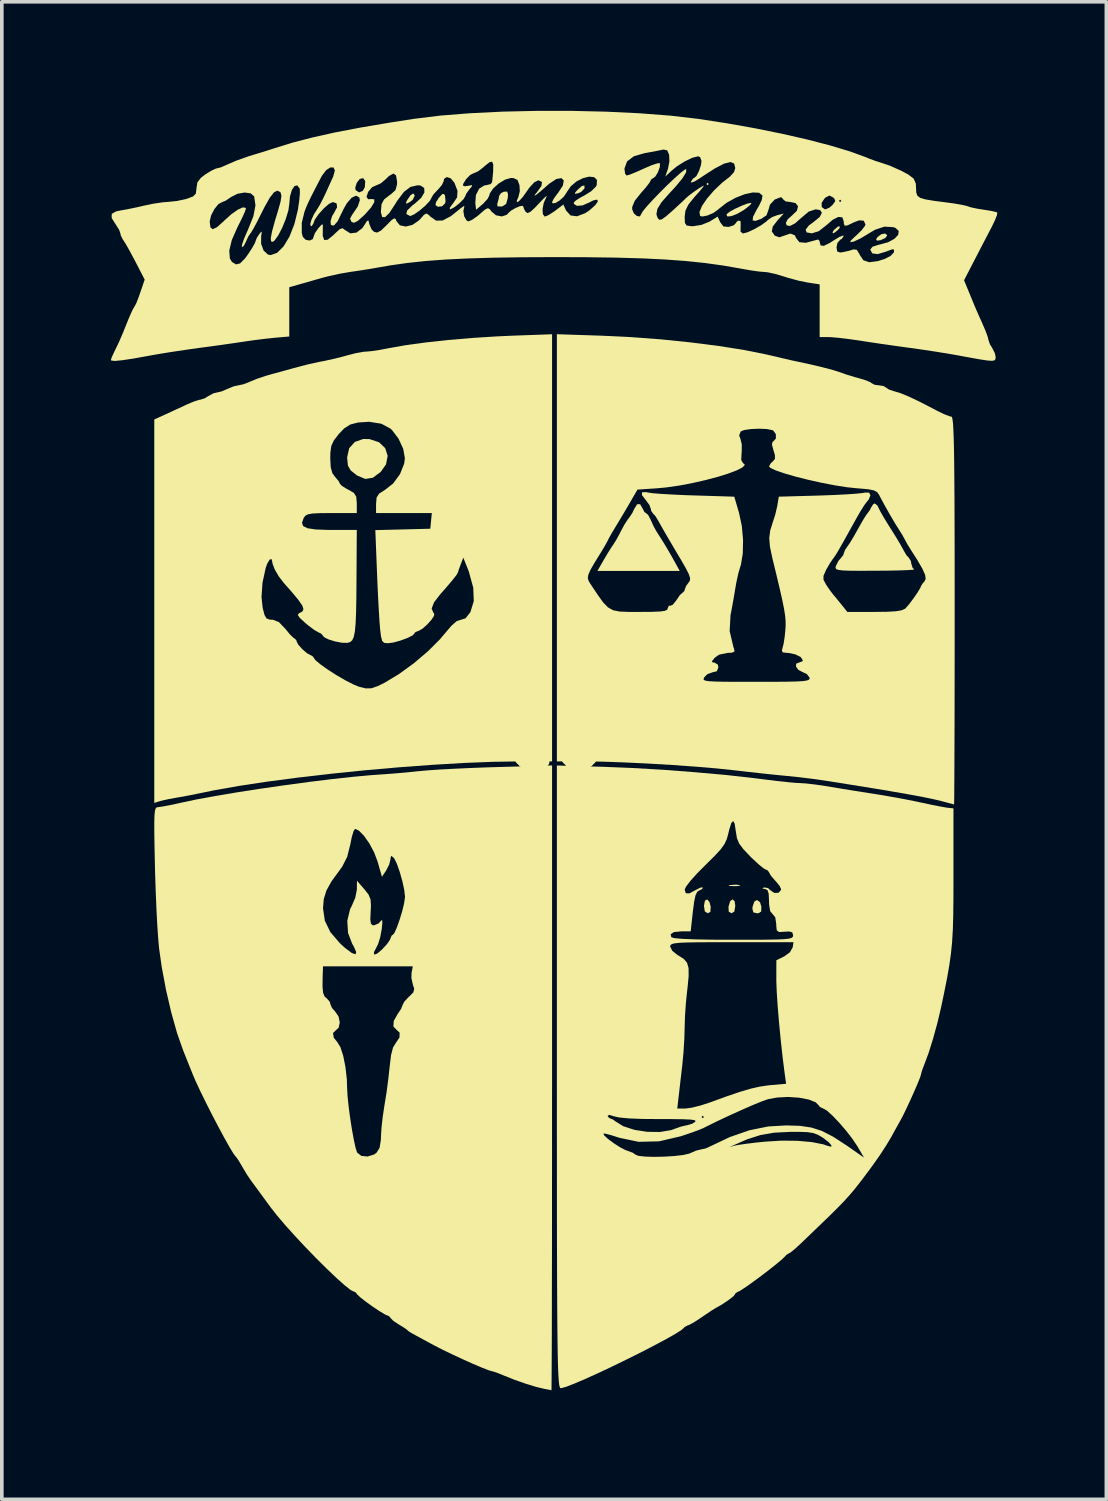
<source format=kicad_pcb>
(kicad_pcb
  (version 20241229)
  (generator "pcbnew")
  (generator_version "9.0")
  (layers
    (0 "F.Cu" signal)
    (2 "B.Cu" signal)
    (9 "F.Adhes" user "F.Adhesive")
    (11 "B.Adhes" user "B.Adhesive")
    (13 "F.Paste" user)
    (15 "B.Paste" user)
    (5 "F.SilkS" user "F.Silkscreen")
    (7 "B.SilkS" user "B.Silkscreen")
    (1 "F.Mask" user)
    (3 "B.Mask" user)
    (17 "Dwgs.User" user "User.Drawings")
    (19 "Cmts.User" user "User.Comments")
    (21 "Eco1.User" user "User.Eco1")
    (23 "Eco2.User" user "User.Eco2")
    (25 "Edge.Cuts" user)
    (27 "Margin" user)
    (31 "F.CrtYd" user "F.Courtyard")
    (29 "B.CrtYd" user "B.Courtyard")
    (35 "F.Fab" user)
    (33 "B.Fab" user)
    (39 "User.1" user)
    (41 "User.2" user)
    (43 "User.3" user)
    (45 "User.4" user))
  (footprint "co"
    (layer "F.Cu")
    (at 12.236 17.298)
    (property "Reference" "co" (at 0 0 0) (layer "F.SilkS") (effects (font (size 1.5 1.5) (thickness 0.3))))
    (attr board_only exclude_from_pos_files exclude_from_bom)
    (fp_poly (pts (xy 4.211 -15.286) (xy 4.178 -15.253) (xy 4.145 -15.286) (xy 4.178 -15.32)) (stroke (width 0) (type solid)) (fill yes) (layer "F.SilkS"))
    (fp_poly (pts (xy 4.232 4.467) (xy 4.265 4.598) (xy 4.256 4.736) (xy 4.182 4.775) (xy 4.102 4.723) (xy 4.079 4.57) (xy 4.106 4.427) (xy 4.168 4.394)) (stroke (width 0) (type solid)) (fill yes) (layer "F.SilkS"))
    (fp_poly (pts (xy 4.923 4.447) (xy 4.941 4.57) (xy 4.915 4.728) (xy 4.837 4.775) (xy 4.761 4.731) (xy 4.754 4.598) (xy 4.799 4.443) (xy 4.866 4.392)) (stroke (width 0) (type solid)) (fill yes) (layer "F.SilkS"))
    (fp_poly (pts (xy 5.058 4) (xy 5.073 4.018) (xy 4.978 4.028) (xy 4.908 4.029) (xy 4.779 4.022) (xy 4.76 4.007) (xy 4.792 3.999) (xy 4.965 3.988)) (stroke (width 0) (type solid)) (fill yes) (layer "F.SilkS"))
    (fp_poly (pts (xy 7.817 -14.089) (xy 7.769 -14.026) (xy 7.669 -13.946) (xy 7.623 -13.927) (xy 7.62 -13.968) (xy 7.66 -14.026) (xy 7.758 -14.11) (xy 7.805 -14.126)) (stroke (width 0) (type solid)) (fill yes) (layer "F.SilkS"))
    (fp_poly (pts (xy -3.88 -14.974) (xy -3.88 -14.961) (xy -3.932 -14.853) (xy -4.017 -14.786) (xy -4.113 -14.744) (xy -4.114 -14.786) (xy -4.083 -14.847) (xy -3.991 -14.98) (xy -3.916 -15.027)) (stroke (width 0) (type solid)) (fill yes) (layer "F.SilkS"))
    (fp_poly (pts (xy 0.795 -15.178) (xy 0.789 -15.16) (xy 0.701 -15.068) (xy 0.619 -15.032) (xy 0.529 -15.014) (xy 0.537 -15.051) (xy 0.601 -15.125) (xy 0.717 -15.228) (xy 0.789 -15.247)) (stroke (width 0) (type solid)) (fill yes) (layer "F.SilkS"))
    (fp_poly (pts (xy 9.118 -13.877) (xy 9.119 -13.868) (xy 9.063 -13.797) (xy 8.936 -13.741) (xy 8.84 -13.728) (xy 8.815 -13.766) (xy 8.854 -13.827) (xy 8.958 -13.905) (xy 9.064 -13.925)) (stroke (width 0) (type solid)) (fill yes) (layer "F.SilkS"))
    (fp_poly (pts (xy -3.068 -15.008) (xy -3.044 -14.962) (xy -3.029 -14.811) (xy -3.041 -14.756) (xy -3.125 -14.673) (xy -3.241 -14.661) (xy -3.306 -14.706) (xy -3.291 -14.788) (xy -3.211 -14.912) (xy -3.118 -15.011)) (stroke (width 0) (type solid)) (fill yes) (layer "F.SilkS"))
    (fp_poly (pts (xy 5.621 4.47) (xy 5.658 4.593) (xy 5.654 4.726) (xy 5.582 4.773) (xy 5.538 4.775) (xy 5.437 4.75) (xy 5.412 4.651) (xy 5.417 4.593) (xy 5.466 4.452) (xy 5.538 4.41)) (stroke (width 0) (type solid)) (fill yes) (layer "F.SilkS"))
    (fp_poly (pts (xy -1.311 -15.009) (xy -1.318 -14.899) (xy -1.362 -14.739) (xy -1.465 -14.672) (xy -1.492 -14.667) (xy -1.6 -14.67) (xy -1.607 -14.739) (xy -1.601 -14.755) (xy -1.563 -14.9) (xy -1.558 -14.953) (xy -1.503 -15.037) (xy -1.427 -15.073) (xy -1.338 -15.079)) (stroke (width 0) (type solid)) (fill yes) (layer "F.SilkS"))
    (fp_poly (pts (xy 5.386 -14.763) (xy 5.355 -14.713) (xy 5.241 -14.619) (xy 5.163 -14.563) (xy 4.987 -14.462) (xy 4.832 -14.403) (xy 4.726 -14.392) (xy 4.699 -14.436) (xy 4.712 -14.463) (xy 4.791 -14.526) (xy 4.941 -14.608) (xy 5.117 -14.688) (xy 5.276 -14.748) (xy 5.375 -14.768)) (stroke (width 0) (type solid)) (fill yes) (layer "F.SilkS"))
    (fp_poly (pts (xy -5.122 -8.269) (xy -4.859 -8.182) (xy -4.689 -8.019) (xy -4.622 -7.808) (xy -4.666 -7.576) (xy -4.813 -7.366) (xy -5.029 -7.206) (xy -5.237 -7.173) (xy -5.458 -7.265) (xy -5.473 -7.275) (xy -5.637 -7.405) (xy -5.714 -7.538) (xy -5.735 -7.734) (xy -5.736 -7.771) (xy -5.68 -8.018) (xy -5.526 -8.19) (xy -5.294 -8.272)) (stroke (width 0) (type solid)) (fill yes) (layer "F.SilkS"))
    (fp_poly (pts (xy 2.387 -6.367) (xy 2.444 -6.259) (xy 2.485 -6.234) (xy 2.546 -6.179) (xy 2.612 -6.052) (xy 2.696 -5.867) (xy 2.768 -5.737) (xy 2.869 -5.578) (xy 2.958 -5.438) (xy 3.053 -5.282) (xy 3.175 -5.071) (xy 3.239 -4.957) (xy 3.413 -4.642) (xy 2.28 -4.642) (xy 1.148 -4.642) (xy 1.329 -4.957) (xy 1.446 -5.154) (xy 1.547 -5.313) (xy 1.588 -5.372) (xy 1.664 -5.492) (xy 1.762 -5.673) (xy 1.794 -5.736) (xy 1.894 -5.922) (xy 1.988 -6.066) (xy 2.012 -6.094) (xy 2.106 -6.232) (xy 2.159 -6.344) (xy 2.239 -6.475) (xy 2.322 -6.48)) (stroke (width 0) (type solid)) (fill yes) (layer "F.SilkS"))
    (fp_poly (pts (xy 8.848 -6.445) (xy 8.879 -6.383) (xy 8.933 -6.275) (xy 9.039 -6.091) (xy 9.178 -5.866) (xy 9.218 -5.803) (xy 9.365 -5.568) (xy 9.489 -5.36) (xy 9.568 -5.217) (xy 9.578 -5.196) (xy 9.656 -5.065) (xy 9.712 -5.01) (xy 9.772 -4.913) (xy 9.782 -4.843) (xy 9.821 -4.723) (xy 9.865 -4.686) (xy 9.83 -4.675) (xy 9.682 -4.665) (xy 9.44 -4.656) (xy 9.124 -4.65) (xy 8.81 -4.648) (xy 8.398 -4.646) (xy 8.1 -4.648) (xy 7.899 -4.655) (xy 7.777 -4.67) (xy 7.717 -4.693) (xy 7.699 -4.728) (xy 7.706 -4.773) (xy 7.78 -4.921) (xy 7.833 -4.98) (xy 7.912 -5.08) (xy 7.925 -5.126) (xy 7.965 -5.229) (xy 8.015 -5.3) (xy 8.092 -5.411) (xy 8.205 -5.598) (xy 8.32 -5.803) (xy 8.435 -6.008) (xy 8.53 -6.163) (xy 8.583 -6.234) (xy 8.645 -6.319) (xy 8.674 -6.383) (xy 8.738 -6.481) (xy 8.777 -6.499)) (stroke (width 0) (type solid)) (fill yes) (layer "F.SilkS"))
    (fp_poly (pts (xy -0.099 -5.278) (xy -0.099 0.597) (xy -0.978 0.597) (xy -1.707 0.608) (xy -2.521 0.64) (xy -3.398 0.692) (xy -4.315 0.76) (xy -5.25 0.842) (xy -6.18 0.937) (xy -7.083 1.042) (xy -7.935 1.154) (xy -8.715 1.272) (xy -9.399 1.393) (xy -9.782 1.472) (xy -10.041 1.525) (xy -10.328 1.578) (xy -10.412 1.592) (xy -10.638 1.633) (xy -10.832 1.676) (xy -10.893 1.693) (xy -11.042 1.74) (xy -11.042 -3.534) (xy -11.042 -3.925) (xy -8.092 -3.925) (xy -8.06 -3.625) (xy -8.01 -3.431) (xy -7.954 -3.335) (xy -7.863 -3.302) (xy -7.777 -3.299) (xy -7.614 -3.235) (xy -7.433 -3.046) (xy -7.43 -3.042) (xy -7.307 -2.892) (xy -7.211 -2.8) (xy -7.183 -2.785) (xy -7.132 -2.734) (xy -7.129 -2.71) (xy -7.082 -2.616) (xy -6.971 -2.49) (xy -6.84 -2.378) (xy -6.737 -2.322) (xy -6.728 -2.321) (xy -6.666 -2.277) (xy -6.665 -2.266) (xy -6.611 -2.189) (xy -6.467 -2.069) (xy -6.262 -1.923) (xy -6.023 -1.771) (xy -5.778 -1.629) (xy -5.556 -1.516) (xy -5.405 -1.455) (xy -5.222 -1.411) (xy -5.069 -1.414) (xy -4.894 -1.474) (xy -4.708 -1.566) (xy -4.314 -1.803) (xy -3.9 -2.104) (xy -3.509 -2.436) (xy -3.181 -2.765) (xy -3.068 -2.899) (xy -2.868 -3.134) (xy -2.719 -3.264) (xy -2.608 -3.298) (xy -2.608 -3.298) (xy -2.479 -3.339) (xy -2.352 -3.501) (xy -2.344 -3.515) (xy -2.253 -3.811) (xy -2.267 -4.18) (xy -2.386 -4.614) (xy -2.417 -4.697) (xy -2.541 -5.007) (xy -2.613 -4.82) (xy -2.665 -4.68) (xy -2.686 -4.606) (xy -2.731 -4.526) (xy -2.863 -4.36) (xy -3.074 -4.114) (xy -3.167 -4.01) (xy -3.346 -3.778) (xy -3.412 -3.607) (xy -3.365 -3.494) (xy -3.343 -3.478) (xy -3.343 -3.414) (xy -3.417 -3.299) (xy -3.533 -3.169) (xy -3.662 -3.055) (xy -3.772 -2.991) (xy -3.797 -2.986) (xy -3.874 -2.948) (xy -3.88 -2.927) (xy -3.937 -2.868) (xy -4.083 -2.795) (xy -4.274 -2.725) (xy -4.468 -2.672) (xy -4.618 -2.653) (xy -4.715 -2.663) (xy -4.772 -2.715) (xy -4.805 -2.841) (xy -4.829 -3.037) (xy -4.845 -3.234) (xy -4.864 -3.531) (xy -4.884 -3.898) (xy -4.903 -4.303) (xy -4.915 -4.594) (xy -4.961 -5.765) (xy -4.205 -5.784) (xy -3.449 -5.803) (xy -3.428 -6.018) (xy -3.407 -6.234) (xy -4.174 -6.234) (xy -4.941 -6.234) (xy -4.941 -6.488) (xy -4.926 -6.661) (xy -4.857 -6.769) (xy -4.699 -6.869) (xy -4.698 -6.869) (xy -4.469 -7.05) (xy -4.281 -7.308) (xy -4.168 -7.592) (xy -4.148 -7.743) (xy -4.194 -8.002) (xy -4.322 -8.279) (xy -4.501 -8.516) (xy -4.545 -8.557) (xy -4.796 -8.692) (xy -5.131 -8.745) (xy -5.437 -8.725) (xy -5.648 -8.671) (xy -5.818 -8.563) (xy -5.967 -8.407) (xy -6.103 -8.231) (xy -6.173 -8.079) (xy -6.198 -7.89) (xy -6.201 -7.747) (xy -6.188 -7.494) (xy -6.142 -7.33) (xy -6.068 -7.229) (xy -5.971 -7.114) (xy -5.936 -7.042) (xy -5.881 -6.982) (xy -5.747 -6.899) (xy -5.703 -6.877) (xy -5.551 -6.789) (xy -5.486 -6.684) (xy -5.471 -6.506) (xy -5.471 -6.5) (xy -5.471 -6.234) (xy -6.165 -6.234) (xy -6.479 -6.232) (xy -6.686 -6.222) (xy -6.813 -6.2) (xy -6.885 -6.162) (xy -6.93 -6.102) (xy -6.933 -6.097) (xy -6.978 -5.968) (xy -6.947 -5.876) (xy -6.826 -5.816) (xy -6.602 -5.783) (xy -6.262 -5.77) (xy -6.16 -5.77) (xy -5.471 -5.77) (xy -5.479 -4.427) (xy -5.483 -3.901) (xy -5.491 -3.493) (xy -5.504 -3.187) (xy -5.525 -2.968) (xy -5.556 -2.821) (xy -5.599 -2.732) (xy -5.656 -2.684) (xy -5.729 -2.664) (xy -5.733 -2.663) (xy -5.883 -2.667) (xy -6.069 -2.703) (xy -6.247 -2.758) (xy -6.37 -2.819) (xy -6.4 -2.858) (xy -6.454 -2.919) (xy -6.516 -2.948) (xy -6.631 -3.012) (xy -6.796 -3.134) (xy -6.893 -3.215) (xy -7.04 -3.351) (xy -7.093 -3.431) (xy -7.064 -3.476) (xy -7.042 -3.486) (xy -6.964 -3.529) (xy -6.938 -3.592) (xy -6.971 -3.69) (xy -7.073 -3.839) (xy -7.25 -4.053) (xy -7.478 -4.311) (xy -7.618 -4.493) (xy -7.73 -4.687) (xy -7.789 -4.843) (xy -7.792 -4.872) (xy -7.814 -4.968) (xy -7.867 -4.955) (xy -7.933 -4.847) (xy -7.977 -4.725) (xy -8.065 -4.319) (xy -8.092 -3.925) (xy -11.042 -3.925) (xy -11.042 -8.809) (xy -10.727 -8.952) (xy -10.476 -9.068) (xy -10.22 -9.186) (xy -10.139 -9.224) (xy -9.954 -9.302) (xy -9.809 -9.348) (xy -9.775 -9.353) (xy -9.652 -9.392) (xy -9.554 -9.453) (xy -9.411 -9.53) (xy -9.322 -9.55) (xy -9.192 -9.58) (xy -9.028 -9.65) (xy -8.858 -9.72) (xy -8.723 -9.749) (xy -8.586 -9.778) (xy -8.412 -9.847) (xy -8.405 -9.851) (xy -8.225 -9.925) (xy -7.981 -10.007) (xy -7.814 -10.055) (xy -7.53 -10.132) (xy -7.235 -10.214) (xy -7.096 -10.252) (xy -6.816 -10.324) (xy -6.513 -10.391) (xy -6.423 -10.408) (xy -6.145 -10.466) (xy -5.842 -10.542) (xy -5.731 -10.573) (xy -5.5 -10.633) (xy -5.294 -10.67) (xy -5.211 -10.676) (xy -5.06 -10.689) (xy -4.83 -10.724) (xy -4.576 -10.773) (xy -4.128 -10.852) (xy -3.578 -10.927) (xy -2.957 -10.995) (xy -2.294 -11.051) (xy -1.622 -11.094) (xy -1.21 -11.113) (xy -0.099 -11.153)) (stroke (width 0) (type solid)) (fill yes) (layer "F.SilkS"))
    (fp_poly (pts (xy -0.099 9.307) (xy -0.1 10.363) (xy -0.1 11.382) (xy -0.101 12.356) (xy -0.101 13.276) (xy -0.102 14.136) (xy -0.104 14.928) (xy -0.105 15.643) (xy -0.106 16.273) (xy -0.108 16.812) (xy -0.11 17.252) (xy -0.112 17.584) (xy -0.114 17.8) (xy -0.116 17.894) (xy -0.116 17.897) (xy -0.186 17.881) (xy -0.298 17.861) (xy -0.524 17.808) (xy -0.82 17.718) (xy -1.136 17.607) (xy -1.409 17.498) (xy -1.588 17.425) (xy -1.717 17.381) (xy -1.745 17.375) (xy -1.84 17.348) (xy -2.027 17.275) (xy -2.277 17.169) (xy -2.563 17.041) (xy -2.857 16.904) (xy -3.131 16.771) (xy -3.349 16.659) (xy -3.643 16.5) (xy -3.841 16.392) (xy -3.964 16.324) (xy -4.032 16.283) (xy -4.065 16.257) (xy -4.079 16.243) (xy -4.153 16.187) (xy -4.295 16.099) (xy -4.327 16.08) (xy -4.467 15.986) (xy -4.54 15.912) (xy -4.543 15.902) (xy -4.593 15.851) (xy -4.604 15.85) (xy -4.69 15.814) (xy -4.843 15.723) (xy -5.03 15.598) (xy -5.217 15.464) (xy -5.372 15.343) (xy -5.461 15.26) (xy -5.471 15.241) (xy -5.523 15.189) (xy -5.544 15.187) (xy -5.638 15.14) (xy -5.804 15.009) (xy -6.027 14.811) (xy -6.291 14.56) (xy -6.579 14.274) (xy -6.877 13.967) (xy -7.168 13.656) (xy -7.438 13.356) (xy -7.67 13.083) (xy -7.84 12.866) (xy -8.026 12.612) (xy -8.195 12.381) (xy -8.324 12.205) (xy -8.376 12.136) (xy -8.493 11.963) (xy -8.615 11.759) (xy -8.627 11.738) (xy -8.718 11.583) (xy -8.787 11.484) (xy -8.798 11.473) (xy -8.863 11.388) (xy -8.973 11.207) (xy -9.116 10.952) (xy -9.28 10.647) (xy -9.454 10.315) (xy -9.624 9.978) (xy -9.779 9.661) (xy -9.907 9.387) (xy -9.979 9.218) (xy -10.086 8.952) (xy -10.195 8.68) (xy -10.245 8.555) (xy -10.414 8.075) (xy -10.575 7.503) (xy -10.72 6.88) (xy -10.736 6.793) (xy -6.414 6.793) (xy -6.397 6.967) (xy -6.354 7.068) (xy -6.298 7.114) (xy -6.212 7.214) (xy -6.201 7.266) (xy -6.154 7.379) (xy -6.068 7.476) (xy -5.973 7.614) (xy -5.939 7.78) (xy -5.969 7.922) (xy -6.035 7.982) (xy -6.125 8.069) (xy -6.104 8.199) (xy -6.008 8.318) (xy -5.921 8.459) (xy -5.844 8.699) (xy -5.783 9.004) (xy -5.745 9.341) (xy -5.737 9.581) (xy -5.726 9.794) (xy -5.697 10.078) (xy -5.655 10.398) (xy -5.605 10.719) (xy -5.552 11.009) (xy -5.503 11.234) (xy -5.462 11.357) (xy -5.347 11.449) (xy -5.174 11.467) (xy -4.995 11.411) (xy -4.929 11.363) (xy -4.844 11.228) (xy -4.808 11.006) (xy -4.806 10.916) (xy -4.792 10.68) (xy -4.758 10.377) (xy -4.712 10.07) (xy -4.708 10.047) (xy -4.652 9.7) (xy -4.601 9.312) (xy -4.567 8.992) (xy -4.528 8.675) (xy -4.474 8.466) (xy -4.4 8.346) (xy -4.296 8.191) (xy -4.293 8.058) (xy -4.377 7.982) (xy -4.464 7.89) (xy -4.454 7.737) (xy -4.348 7.548) (xy -4.344 7.542) (xy -4.251 7.403) (xy -4.211 7.3) (xy -4.211 7.298) (xy -4.165 7.208) (xy -4.052 7.085) (xy -4.031 7.068) (xy -3.915 6.95) (xy -3.891 6.851) (xy -3.925 6.751) (xy -3.969 6.559) (xy -3.964 6.412) (xy -3.93 6.234) (xy -5.165 6.234) (xy -6.4 6.234) (xy -6.41 6.516) (xy -6.414 6.793) (xy -10.736 6.793) (xy -10.838 6.246) (xy -10.91 5.737) (xy -10.934 5.474) (xy -10.959 5.109) (xy -10.982 4.67) (xy -10.983 4.636) (xy -6.4 4.636) (xy -6.4 4.637) (xy -6.351 4.977) (xy -6.198 5.293) (xy -5.93 5.606) (xy -5.793 5.73) (xy -5.609 5.868) (xy -5.506 5.904) (xy -5.487 5.842) (xy -5.557 5.683) (xy -5.598 5.613) (xy -5.712 5.316) (xy -5.732 4.982) (xy -5.657 4.666) (xy -5.604 4.561) (xy -5.513 4.348) (xy -5.469 4.126) (xy -5.469 4.112) (xy -5.466 3.88) (xy -5.265 4.112) (xy -5.149 4.259) (xy -5.093 4.391) (xy -5.081 4.563) (xy -5.089 4.725) (xy -5.099 4.942) (xy -5.084 5.058) (xy -5.04 5.102) (xy -4.998 5.107) (xy -4.87 5.054) (xy -4.813 4.99) (xy -4.776 4.955) (xy -4.768 5.029) (xy -4.784 5.206) (xy -4.826 5.433) (xy -4.886 5.625) (xy -4.916 5.684) (xy -4.999 5.847) (xy -4.993 5.915) (xy -4.907 5.882) (xy -4.775 5.77) (xy -4.639 5.621) (xy -4.555 5.498) (xy -4.543 5.458) (xy -4.506 5.379) (xy -4.483 5.372) (xy -4.434 5.313) (xy -4.367 5.161) (xy -4.293 4.952) (xy -4.223 4.722) (xy -4.17 4.506) (xy -4.146 4.341) (xy -4.145 4.32) (xy -4.165 4.136) (xy -4.217 3.894) (xy -4.289 3.64) (xy -4.367 3.417) (xy -4.438 3.271) (xy -4.453 3.252) (xy -4.523 3.194) (xy -4.543 3.253) (xy -4.543 3.285) (xy -4.579 3.432) (xy -4.661 3.594) (xy -4.779 3.772) (xy -4.901 3.346) (xy -4.996 3.096) (xy -5.128 2.851) (xy -5.275 2.642) (xy -5.416 2.5) (xy -5.52 2.454) (xy -5.559 2.514) (xy -5.607 2.671) (xy -5.65 2.883) (xy -5.734 3.22) (xy -5.87 3.489) (xy -5.946 3.595) (xy -6.168 3.899) (xy -6.307 4.15) (xy -6.379 4.384) (xy -6.4 4.636) (xy -10.983 4.636) (xy -11.002 4.187) (xy -11.019 3.688) (xy -11.024 3.465) (xy -11.035 2.961) (xy -11.041 2.575) (xy -11.042 2.29) (xy -11.037 2.092) (xy -11.025 1.965) (xy -11.006 1.894) (xy -10.978 1.863) (xy -10.947 1.857) (xy -10.832 1.842) (xy -10.627 1.804) (xy -10.37 1.749) (xy -10.291 1.731) (xy -9.88 1.644) (xy -9.363 1.549) (xy -8.769 1.449) (xy -8.124 1.349) (xy -7.456 1.253) (xy -6.792 1.163) (xy -6.158 1.085) (xy -5.583 1.022) (xy -5.093 0.977) (xy -4.908 0.964) (xy -4.543 0.938) (xy -4.139 0.904) (xy -3.778 0.867) (xy -3.747 0.864) (xy -3.512 0.843) (xy -3.173 0.82) (xy -2.759 0.798) (xy -2.298 0.777) (xy -1.818 0.759) (xy -1.641 0.754) (xy -0.099 0.708)) (stroke (width 0) (type solid)) (fill yes) (layer "F.SilkS"))
    (fp_poly (pts (xy 1.277 -11.113) (xy 2.078 -11.074) (xy 2.9 -11.012) (xy 3.712 -10.929) (xy 4.487 -10.83) (xy 5.194 -10.718) (xy 5.805 -10.595) (xy 5.936 -10.565) (xy 6.208 -10.5) (xy 6.472 -10.439) (xy 6.632 -10.405) (xy 7.008 -10.324) (xy 7.356 -10.241) (xy 7.644 -10.164) (xy 7.839 -10.102) (xy 7.859 -10.094) (xy 8.024 -10.036) (xy 8.248 -9.969) (xy 8.341 -9.944) (xy 8.532 -9.886) (xy 8.663 -9.83) (xy 8.693 -9.806) (xy 8.78 -9.761) (xy 8.887 -9.749) (xy 9.024 -9.727) (xy 9.081 -9.69) (xy 9.167 -9.633) (xy 9.301 -9.588) (xy 9.482 -9.534) (xy 9.709 -9.441) (xy 10.004 -9.301) (xy 10.387 -9.104) (xy 10.502 -9.043) (xy 10.691 -8.952) (xy 10.84 -8.896) (xy 10.886 -8.887) (xy 10.903 -8.869) (xy 10.917 -8.809) (xy 10.93 -8.7) (xy 10.94 -8.534) (xy 10.949 -8.303) (xy 10.957 -7.999) (xy 10.963 -7.615) (xy 10.967 -7.142) (xy 10.971 -6.573) (xy 10.973 -5.9) (xy 10.975 -5.115) (xy 10.976 -4.21) (xy 10.976 -3.548) (xy 10.976 -2.72) (xy 10.975 -1.931) (xy 10.974 -1.191) (xy 10.973 -0.511) (xy 10.971 0.1) (xy 10.969 0.632) (xy 10.967 1.075) (xy 10.965 1.419) (xy 10.963 1.654) (xy 10.96 1.771) (xy 10.959 1.783) (xy 10.891 1.763) (xy 10.735 1.722) (xy 10.611 1.689) (xy 10.402 1.639) (xy 10.127 1.582) (xy 9.776 1.516) (xy 9.338 1.439) (xy 8.802 1.349) (xy 8.157 1.245) (xy 7.395 1.124) (xy 7.072 1.078) (xy 6.696 1.032) (xy 6.346 0.996) (xy 6.333 0.995) (xy 6.037 0.966) (xy 5.66 0.926) (xy 5.253 0.881) (xy 4.908 0.841) (xy 4.423 0.79) (xy 3.842 0.741) (xy 3.204 0.696) (xy 2.544 0.657) (xy 1.9 0.626) (xy 1.309 0.605) (xy 0.807 0.596) (xy 0.746 0.596) (xy 0.033 0.597) (xy 0.033 -4.441) (xy 0.884 -4.441) (xy 0.909 -4.362) (xy 0.951 -4.294) (xy 1.153 -3.99) (xy 1.306 -3.777) (xy 1.439 -3.64) (xy 1.579 -3.561) (xy 1.757 -3.525) (xy 1.999 -3.515) (xy 2.318 -3.515) (xy 2.652 -3.517) (xy 2.875 -3.527) (xy 3.006 -3.545) (xy 3.069 -3.577) (xy 3.084 -3.618) (xy 3.114 -3.688) (xy 3.146 -3.683) (xy 3.216 -3.708) (xy 3.309 -3.819) (xy 3.326 -3.845) (xy 3.418 -3.979) (xy 3.489 -4.044) (xy 3.496 -4.045) (xy 3.545 -4.098) (xy 3.548 -4.123) (xy 3.589 -4.23) (xy 3.652 -4.316) (xy 3.691 -4.373) (xy 3.698 -4.443) (xy 3.665 -4.549) (xy 3.583 -4.711) (xy 3.445 -4.953) (xy 3.337 -5.133) (xy 3.166 -5.423) (xy 3.011 -5.687) (xy 2.892 -5.896) (xy 2.825 -6.018) (xy 2.742 -6.154) (xy 2.676 -6.223) (xy 2.625 -6.299) (xy 2.62 -6.342) (xy 2.577 -6.458) (xy 2.487 -6.581) (xy 2.375 -6.727) (xy 2.374 -6.804) (xy 2.485 -6.811) (xy 2.537 -6.799) (xy 2.663 -6.781) (xy 2.896 -6.762) (xy 3.207 -6.744) (xy 3.57 -6.727) (xy 3.816 -6.719) (xy 4.913 -6.685) (xy 5.043 -6.244) (xy 5.12 -5.883) (xy 5.155 -5.493) (xy 5.147 -5.12) (xy 5.096 -4.812) (xy 5.073 -4.742) (xy 5.025 -4.577) (xy 4.973 -4.34) (xy 4.94 -4.153) (xy 4.892 -3.867) (xy 4.839 -3.575) (xy 4.81 -3.426) (xy 4.786 -2.988) (xy 4.89 -2.546) (xy 4.907 -2.504) (xy 4.919 -2.425) (xy 4.846 -2.393) (xy 4.726 -2.387) (xy 4.494 -2.339) (xy 4.377 -2.255) (xy 4.3 -2.159) (xy 4.314 -2.126) (xy 4.367 -2.122) (xy 4.459 -2.067) (xy 4.477 -1.99) (xy 4.433 -1.882) (xy 4.327 -1.857) (xy 4.174 -1.804) (xy 4.094 -1.724) (xy 4.071 -1.682) (xy 4.072 -1.649) (xy 4.112 -1.626) (xy 4.206 -1.61) (xy 4.37 -1.6) (xy 4.619 -1.594) (xy 4.968 -1.592) (xy 5.433 -1.592) (xy 5.509 -1.592) (xy 5.993 -1.592) (xy 6.36 -1.595) (xy 6.625 -1.601) (xy 6.805 -1.612) (xy 6.915 -1.629) (xy 6.97 -1.652) (xy 6.986 -1.684) (xy 6.985 -1.705) (xy 6.91 -1.805) (xy 6.798 -1.857) (xy 6.678 -1.919) (xy 6.612 -2.01) (xy 6.616 -2.091) (xy 6.693 -2.122) (xy 6.785 -2.155) (xy 6.798 -2.186) (xy 6.739 -2.274) (xy 6.594 -2.347) (xy 6.408 -2.386) (xy 6.364 -2.387) (xy 6.241 -2.403) (xy 6.223 -2.467) (xy 6.236 -2.504) (xy 6.269 -2.632) (xy 6.301 -2.839) (xy 6.317 -3.001) (xy 6.326 -3.133) (xy 6.325 -3.264) (xy 6.312 -3.412) (xy 6.283 -3.597) (xy 6.235 -3.836) (xy 6.164 -4.151) (xy 6.067 -4.558) (xy 5.962 -4.989) (xy 5.895 -5.307) (xy 5.875 -5.547) (xy 5.902 -5.757) (xy 5.963 -5.951) (xy 6.039 -6.187) (xy 6.095 -6.426) (xy 6.098 -6.443) (xy 6.138 -6.685) (xy 7.247 -6.716) (xy 7.628 -6.73) (xy 7.971 -6.747) (xy 8.25 -6.766) (xy 8.44 -6.785) (xy 8.505 -6.797) (xy 8.622 -6.798) (xy 8.659 -6.721) (xy 8.607 -6.599) (xy 8.567 -6.554) (xy 8.49 -6.451) (xy 8.378 -6.273) (xy 8.279 -6.101) (xy 8.072 -5.728) (xy 7.919 -5.453) (xy 7.809 -5.26) (xy 7.733 -5.13) (xy 7.68 -5.046) (xy 7.64 -4.991) (xy 7.626 -4.974) (xy 7.54 -4.847) (xy 7.441 -4.674) (xy 7.434 -4.659) (xy 7.367 -4.506) (xy 7.368 -4.398) (xy 7.438 -4.267) (xy 7.442 -4.261) (xy 7.545 -4.109) (xy 7.626 -4.003) (xy 7.71 -3.903) (xy 7.831 -3.754) (xy 7.858 -3.721) (xy 8.023 -3.515) (xy 8.775 -3.515) (xy 9.123 -3.519) (xy 9.363 -3.533) (xy 9.517 -3.559) (xy 9.609 -3.601) (xy 9.63 -3.619) (xy 9.727 -3.732) (xy 9.845 -3.89) (xy 9.956 -4.051) (xy 10.031 -4.176) (xy 10.047 -4.219) (xy 10.088 -4.289) (xy 10.142 -4.349) (xy 10.178 -4.421) (xy 10.164 -4.532) (xy 10.091 -4.698) (xy 9.952 -4.938) (xy 9.766 -5.229) (xy 9.669 -5.386) (xy 9.606 -5.504) (xy 9.537 -5.631) (xy 9.449 -5.77) (xy 9.342 -5.94) (xy 9.202 -6.178) (xy 9.056 -6.436) (xy 8.933 -6.664) (xy 8.895 -6.739) (xy 8.842 -6.812) (xy 8.75 -6.859) (xy 8.589 -6.89) (xy 8.328 -6.913) (xy 8.292 -6.915) (xy 8.007 -6.945) (xy 7.672 -6.998) (xy 7.31 -7.068) (xy 6.944 -7.15) (xy 6.598 -7.237) (xy 6.294 -7.325) (xy 6.057 -7.406) (xy 5.908 -7.476) (xy 5.869 -7.518) (xy 5.917 -7.604) (xy 5.971 -7.653) (xy 6.033 -7.725) (xy 6.03 -7.834) (xy 5.993 -7.955) (xy 5.949 -8.119) (xy 5.967 -8.196) (xy 5.991 -8.209) (xy 6.059 -8.287) (xy 6.056 -8.407) (xy 5.985 -8.504) (xy 5.963 -8.515) (xy 5.808 -8.546) (xy 5.594 -8.555) (xy 5.37 -8.545) (xy 5.184 -8.518) (xy 5.09 -8.479) (xy 5.048 -8.371) (xy 5.084 -8.271) (xy 5.12 -8.119) (xy 5.118 -7.919) (xy 5.114 -7.889) (xy 5.104 -7.693) (xy 5.152 -7.612) (xy 5.205 -7.562) (xy 5.145 -7.494) (xy 4.99 -7.413) (xy 4.757 -7.324) (xy 4.464 -7.232) (xy 4.13 -7.143) (xy 3.77 -7.061) (xy 3.403 -6.991) (xy 3.047 -6.94) (xy 2.783 -6.915) (xy 2.25 -6.88) (xy 2.035 -6.507) (xy 1.889 -6.258) (xy 1.74 -6.009) (xy 1.655 -5.869) (xy 1.546 -5.688) (xy 1.464 -5.543) (xy 1.446 -5.504) (xy 1.385 -5.388) (xy 1.285 -5.217) (xy 1.245 -5.152) (xy 1.069 -4.867) (xy 0.955 -4.669) (xy 0.897 -4.535) (xy 0.884 -4.441) (xy 0.033 -4.441) (xy 0.033 -5.278) (xy 0.033 -11.154)) (stroke (width 0) (type solid)) (fill yes) (layer "F.SilkS"))
    (fp_poly (pts (xy 1.31 0.746) (xy 2.099 0.778) (xy 2.955 0.828) (xy 3.833 0.895) (xy 4.687 0.972) (xy 5.472 1.059) (xy 5.771 1.097) (xy 6.093 1.137) (xy 6.388 1.169) (xy 6.62 1.189) (xy 6.727 1.194) (xy 6.897 1.205) (xy 7.151 1.235) (xy 7.441 1.278) (xy 7.521 1.291) (xy 7.85 1.346) (xy 8.244 1.41) (xy 8.637 1.472) (xy 8.787 1.495) (xy 9.159 1.557) (xy 9.558 1.629) (xy 9.921 1.701) (xy 10.047 1.728) (xy 10.326 1.788) (xy 10.572 1.837) (xy 10.744 1.867) (xy 10.777 1.872) (xy 10.943 1.89) (xy 10.943 3.747) (xy 10.942 4.332) (xy 10.937 4.812) (xy 10.926 5.212) (xy 10.906 5.559) (xy 10.874 5.881) (xy 10.829 6.203) (xy 10.768 6.552) (xy 10.688 6.955) (xy 10.603 7.361) (xy 10.502 7.788) (xy 10.382 8.225) (xy 10.257 8.624) (xy 10.139 8.939) (xy 10.078 9.101) (xy 10.048 9.21) (xy 10.047 9.218) (xy 10.021 9.301) (xy 9.952 9.471) (xy 9.855 9.696) (xy 9.744 9.942) (xy 9.635 10.176) (xy 9.541 10.367) (xy 9.499 10.445) (xy 9.427 10.575) (xy 9.318 10.771) (xy 9.229 10.934) (xy 9.093 11.161) (xy 8.911 11.44) (xy 8.717 11.715) (xy 8.682 11.763) (xy 8.501 12.006) (xy 8.35 12.205) (xy 8.215 12.375) (xy 8.08 12.534) (xy 7.931 12.698) (xy 7.752 12.882) (xy 7.529 13.103) (xy 7.245 13.377) (xy 6.888 13.721) (xy 6.725 13.877) (xy 6.574 14.015) (xy 6.461 14.106) (xy 6.424 14.126) (xy 6.35 14.17) (xy 6.308 14.215) (xy 6.214 14.306) (xy 6.048 14.444) (xy 5.836 14.611) (xy 5.605 14.787) (xy 5.381 14.951) (xy 5.189 15.085) (xy 5.057 15.169) (xy 5.014 15.187) (xy 4.944 15.229) (xy 4.941 15.247) (xy 4.889 15.312) (xy 4.755 15.416) (xy 4.576 15.536) (xy 4.386 15.644) (xy 4.376 15.65) (xy 4.287 15.705) (xy 4.13 15.81) (xy 3.999 15.9) (xy 3.819 16.018) (xy 3.679 16.096) (xy 3.625 16.115) (xy 3.542 16.161) (xy 3.537 16.171) (xy 3.463 16.237) (xy 3.287 16.349) (xy 3.029 16.495) (xy 2.707 16.667) (xy 2.341 16.856) (xy 1.949 17.051) (xy 1.552 17.244) (xy 1.169 17.425) (xy 0.818 17.584) (xy 0.518 17.712) (xy 0.29 17.801) (xy 0.152 17.839) (xy 0.139 17.84) (xy 0.124 17.831) (xy 0.11 17.802) (xy 0.097 17.745) (xy 0.087 17.654) (xy 0.077 17.523) (xy 0.068 17.343) (xy 0.061 17.11) (xy 0.055 16.816) (xy 0.05 16.454) (xy 0.045 16.019) (xy 0.042 15.503) (xy 0.039 14.9) (xy 0.037 14.203) (xy 0.035 13.405) (xy 0.034 12.5) (xy 0.034 11.482) (xy 0.033 10.835) (xy 1.312 10.835) (xy 1.338 10.89) (xy 1.445 10.987) (xy 1.6 11.102) (xy 1.769 11.211) (xy 1.919 11.289) (xy 1.978 11.31) (xy 2.122 11.363) (xy 2.193 11.414) (xy 2.279 11.449) (xy 2.464 11.469) (xy 2.712 11.476) (xy 2.991 11.47) (xy 3.267 11.453) (xy 3.505 11.425) (xy 3.673 11.387) (xy 3.705 11.373) (xy 3.866 11.303) (xy 3.988 11.274) (xy 4.124 11.245) (xy 4.196 11.214) (xy 4.199 11.212) (xy 4.775 11.212) (xy 4.908 11.17) (xy 5.027 11.147) (xy 5.244 11.116) (xy 5.524 11.082) (xy 5.746 11.059) (xy 6.203 11.03) (xy 6.647 11.034) (xy 7.043 11.069) (xy 7.359 11.131) (xy 7.477 11.172) (xy 7.578 11.198) (xy 7.587 11.16) (xy 7.514 11.076) (xy 7.372 10.964) (xy 7.344 10.945) (xy 7.215 10.869) (xy 7.086 10.821) (xy 6.922 10.796) (xy 6.687 10.788) (xy 6.447 10.789) (xy 6.01 10.811) (xy 5.633 10.876) (xy 5.258 10.997) (xy 4.908 11.15) (xy 4.775 11.212) (xy 4.199 11.212) (xy 4.787 10.933) (xy 5.327 10.745) (xy 5.847 10.64) (xy 6.342 10.611) (xy 6.722 10.623) (xy 7.038 10.67) (xy 7.327 10.764) (xy 7.628 10.919) (xy 7.982 11.148) (xy 8.051 11.195) (xy 8.482 11.497) (xy 8.299 11.184) (xy 8.164 10.982) (xy 7.991 10.758) (xy 7.801 10.537) (xy 7.618 10.345) (xy 7.464 10.206) (xy 7.364 10.147) (xy 7.357 10.147) (xy 7.262 10.099) (xy 7.249 10.073) (xy 7.152 9.974) (xy 6.956 9.898) (xy 6.692 9.848) (xy 6.392 9.828) (xy 6.088 9.844) (xy 5.844 9.889) (xy 5.683 9.945) (xy 5.433 10.047) (xy 5.123 10.182) (xy 4.783 10.336) (xy 4.441 10.497) (xy 4.128 10.651) (xy 4.062 10.685) (xy 3.945 10.734) (xy 3.742 10.808) (xy 3.492 10.893) (xy 3.44 10.91) (xy 2.843 11.049) (xy 2.28 11.062) (xy 1.745 10.95) (xy 1.724 10.942) (xy 1.518 10.877) (xy 1.368 10.838) (xy 1.312 10.835) (xy 0.033 10.835) (xy 0.033 10.347) (xy 1.426 10.347) (xy 1.474 10.41) (xy 1.487 10.412) (xy 1.584 10.453) (xy 1.637 10.495) (xy 1.859 10.633) (xy 2.167 10.733) (xy 2.517 10.787) (xy 2.868 10.792) (xy 3.177 10.74) (xy 3.26 10.71) (xy 3.443 10.645) (xy 3.588 10.61) (xy 3.606 10.609) (xy 3.747 10.568) (xy 3.827 10.521) (xy 3.851 10.488) (xy 3.814 10.465) (xy 3.701 10.45) (xy 3.496 10.441) (xy 3.186 10.437) (xy 2.866 10.437) (xy 2.386 10.433) (xy 2.009 10.418) (xy 1.743 10.392) (xy 1.685 10.379) (xy 4.012 10.379) (xy 4.045 10.412) (xy 4.079 10.379) (xy 4.045 10.346) (xy 4.012 10.379) (xy 1.685 10.379) (xy 1.608 10.361) (xy 1.475 10.322) (xy 1.426 10.347) (xy 0.033 10.347) (xy 0.033 10.343) (xy 0.033 9.275) (xy 0.033 5.693) (xy 3.15 5.693) (xy 3.208 5.808) (xy 3.358 5.927) (xy 3.385 5.942) (xy 3.526 6.032) (xy 3.614 6.137) (xy 3.656 6.285) (xy 3.658 6.504) (xy 3.628 6.819) (xy 3.618 6.898) (xy 3.583 7.237) (xy 3.558 7.599) (xy 3.548 7.909) (xy 3.548 7.925) (xy 3.539 8.23) (xy 3.517 8.591) (xy 3.485 8.934) (xy 3.483 8.955) (xy 3.447 9.263) (xy 3.412 9.564) (xy 3.385 9.801) (xy 3.381 9.832) (xy 3.345 10.147) (xy 3.569 10.147) (xy 3.745 10.123) (xy 3.99 10.062) (xy 4.251 9.977) (xy 4.711 9.809) (xy 5.075 9.686) (xy 5.367 9.6) (xy 5.613 9.544) (xy 5.84 9.51) (xy 5.922 9.502) (xy 6.339 9.465) (xy 6.301 9.192) (xy 6.245 8.751) (xy 6.192 8.271) (xy 6.145 7.787) (xy 6.107 7.33) (xy 6.081 6.935) (xy 6.07 6.633) (xy 6.07 6.599) (xy 6.071 6.068) (xy 6.285 5.963) (xy 6.445 5.847) (xy 6.52 5.714) (xy 6.542 5.571) (xy 4.846 5.571) (xy 4.328 5.571) (xy 3.927 5.573) (xy 3.63 5.578) (xy 3.419 5.587) (xy 3.281 5.601) (xy 3.2 5.62) (xy 3.162 5.647) (xy 3.15 5.682) (xy 3.15 5.693) (xy 0.033 5.693) (xy 0.033 5.351) (xy 3.163 5.351) (xy 3.181 5.434) (xy 3.264 5.459) (xy 3.48 5.479) (xy 3.828 5.493) (xy 4.307 5.502) (xy 4.878 5.504) (xy 5.389 5.504) (xy 5.782 5.502) (xy 6.074 5.497) (xy 6.278 5.488) (xy 6.411 5.474) (xy 6.487 5.453) (xy 6.523 5.425) (xy 6.532 5.389) (xy 6.532 5.381) (xy 6.509 5.299) (xy 6.416 5.275) (xy 6.3 5.283) (xy 6.146 5.292) (xy 6.082 5.247) (xy 6.068 5.112) (xy 6.068 5.073) (xy 6.04 4.884) (xy 5.969 4.799) (xy 5.901 4.718) (xy 5.871 4.53) (xy 5.869 4.436) (xy 5.86 4.236) (xy 5.826 4.136) (xy 5.755 4.107) (xy 5.753 4.107) (xy 5.684 4.093) (xy 5.731 4.064) (xy 5.84 4.081) (xy 5.91 4.144) (xy 6.016 4.216) (xy 6.131 4.211) (xy 6.198 4.136) (xy 6.201 4.111) (xy 6.158 4.02) (xy 6.052 3.891) (xy 6.035 3.874) (xy 5.924 3.746) (xy 5.87 3.652) (xy 5.869 3.645) (xy 5.818 3.584) (xy 5.794 3.581) (xy 5.715 3.537) (xy 5.572 3.42) (xy 5.394 3.253) (xy 5.353 3.212) (xy 5.162 3.01) (xy 5.047 2.857) (xy 4.987 2.713) (xy 4.958 2.538) (xy 4.955 2.517) (xy 4.924 2.311) (xy 4.882 2.237) (xy 4.831 2.294) (xy 4.772 2.482) (xy 4.749 2.583) (xy 4.707 2.736) (xy 4.643 2.873) (xy 4.537 3.02) (xy 4.37 3.201) (xy 4.124 3.444) (xy 4.113 3.455) (xy 3.891 3.679) (xy 3.71 3.88) (xy 3.59 4.036) (xy 3.548 4.122) (xy 3.58 4.225) (xy 3.681 4.227) (xy 3.851 4.136) (xy 3.979 4.07) (xy 4.052 4.064) (xy 4.03 4.109) (xy 3.962 4.14) (xy 3.895 4.183) (xy 3.847 4.281) (xy 3.809 4.46) (xy 3.774 4.726) (xy 3.714 5.272) (xy 3.471 5.272) (xy 3.255 5.292) (xy 3.163 5.351) (xy 0.033 5.351) (xy 0.033 0.71)) (stroke (width 0) (type solid)) (fill yes) (layer "F.SilkS"))
    (fp_poly (pts (xy 0.44 -17.298) (xy 1.392 -17.276) (xy 2.308 -17.232) (xy 3.16 -17.166) (xy 3.913 -17.079) (xy 4.701 -16.958) (xy 5.479 -16.82) (xy 6.229 -16.668) (xy 6.93 -16.508) (xy 7.563 -16.343) (xy 8.107 -16.179) (xy 8.543 -16.019) (xy 8.621 -15.986) (xy 8.798 -15.92) (xy 8.887 -15.893) (xy 9.184 -15.794) (xy 9.506 -15.651) (xy 9.699 -15.548) (xy 9.848 -15.434) (xy 9.907 -15.299) (xy 9.914 -15.177) (xy 9.919 -15.052) (xy 9.95 -14.965) (xy 10.027 -14.905) (xy 10.173 -14.862) (xy 10.411 -14.823) (xy 10.69 -14.787) (xy 10.957 -14.751) (xy 11.176 -14.713) (xy 11.312 -14.682) (xy 11.334 -14.673) (xy 11.435 -14.641) (xy 11.62 -14.603) (xy 11.759 -14.582) (xy 11.964 -14.549) (xy 12.108 -14.517) (xy 12.149 -14.5) (xy 12.139 -14.428) (xy 12.078 -14.276) (xy 11.994 -14.103) (xy 11.873 -13.871) (xy 11.719 -13.575) (xy 11.561 -13.27) (xy 11.519 -13.189) (xy 11.234 -12.638) (xy 11.345 -12.37) (xy 11.427 -12.171) (xy 11.496 -12.003) (xy 11.509 -11.97) (xy 11.564 -11.84) (xy 11.653 -11.638) (xy 11.733 -11.461) (xy 11.824 -11.248) (xy 11.887 -11.077) (xy 11.906 -10.996) (xy 11.945 -10.878) (xy 12.006 -10.781) (xy 12.084 -10.627) (xy 12.103 -10.525) (xy 12.098 -10.47) (xy 12.071 -10.435) (xy 12.003 -10.422) (xy 11.874 -10.431) (xy 11.665 -10.463) (xy 11.356 -10.518) (xy 11.108 -10.564) (xy 10.801 -10.618) (xy 10.418 -10.68) (xy 10.016 -10.74) (xy 9.749 -10.777) (xy 9.36 -10.831) (xy 8.946 -10.89) (xy 8.565 -10.947) (xy 8.352 -10.98) (xy 8.052 -11.023) (xy 7.771 -11.056) (xy 7.558 -11.074) (xy 7.507 -11.075) (xy 7.262 -11.075) (xy 7.262 -11.801) (xy 7.262 -12.526) (xy 6.947 -12.573) (xy 6.693 -12.624) (xy 6.405 -12.701) (xy 6.273 -12.743) (xy 6.042 -12.812) (xy 5.836 -12.857) (xy 5.744 -12.866) (xy 5.596 -12.878) (xy 5.366 -12.911) (xy 5.1 -12.957) (xy 5.075 -12.962) (xy 4.602 -13.044) (xy 4.114 -13.112) (xy 3.593 -13.167) (xy 3.023 -13.209) (xy 2.386 -13.24) (xy 1.666 -13.261) (xy 0.846 -13.272) (xy -0.014 -13.275) (xy -0.928 -13.271) (xy -1.725 -13.259) (xy -2.423 -13.238) (xy -3.038 -13.208) (xy -3.585 -13.167) (xy -4.082 -13.114) (xy -4.545 -13.048) (xy -4.874 -12.991) (xy -5.16 -12.942) (xy -5.481 -12.892) (xy -5.638 -12.87) (xy -5.94 -12.818) (xy -6.27 -12.745) (xy -6.434 -12.702) (xy -6.695 -12.627) (xy -6.947 -12.555) (xy -7.08 -12.517) (xy -7.328 -12.447) (xy -7.328 -11.769) (xy -7.328 -11.091) (xy -7.71 -11.058) (xy -7.986 -11.029) (xy -8.313 -10.988) (xy -8.555 -10.953) (xy -8.816 -10.914) (xy -9.159 -10.865) (xy -9.534 -10.813) (xy -9.815 -10.776) (xy -10.198 -10.722) (xy -10.601 -10.661) (xy -10.967 -10.601) (xy -11.175 -10.564) (xy -11.61 -10.485) (xy -11.924 -10.438) (xy -12.126 -10.419) (xy -12.224 -10.43) (xy -12.236 -10.446) (xy -12.208 -10.53) (xy -12.138 -10.682) (xy -12.111 -10.735) (xy -12.006 -10.954) (xy -11.898 -11.206) (xy -11.871 -11.274) (xy -11.743 -11.592) (xy -11.643 -11.817) (xy -11.578 -11.932) (xy -11.573 -11.937) (xy -11.534 -12.014) (xy -11.471 -12.176) (xy -11.423 -12.313) (xy -11.306 -12.656) (xy -11.573 -13.174) (xy -11.702 -13.415) (xy -11.813 -13.613) (xy -11.889 -13.735) (xy -11.906 -13.756) (xy -11.967 -13.879) (xy -11.97 -13.913) (xy -12.009 -14.027) (xy -12.102 -14.172) (xy -12.103 -14.174) (xy -12.153 -14.253) (xy -9.517 -14.253) (xy -9.498 -14.095) (xy -9.436 -14.042) (xy -9.32 -14.096) (xy -9.138 -14.257) (xy -9.11 -14.286) (xy -8.92 -14.456) (xy -8.744 -14.58) (xy -8.606 -14.643) (xy -8.53 -14.632) (xy -8.522 -14.604) (xy -8.551 -14.519) (xy -8.627 -14.351) (xy -8.735 -14.134) (xy -8.754 -14.097) (xy -8.909 -13.746) (xy -8.979 -13.455) (xy -8.963 -13.238) (xy -8.907 -13.144) (xy -8.795 -13.074) (xy -8.681 -13.102) (xy -8.546 -13.239) (xy -8.459 -13.359) (xy -8.346 -13.533) (xy -8.272 -13.666) (xy -8.257 -13.711) (xy -8.221 -13.805) (xy -8.163 -13.896) (xy -8.097 -13.979) (xy -8.086 -13.948) (xy -8.102 -13.859) (xy -8.103 -13.641) (xy -8.035 -13.457) (xy -7.916 -13.346) (xy -7.842 -13.33) (xy -7.663 -13.393) (xy -7.487 -13.568) (xy -7.325 -13.836) (xy -7.19 -14.177) (xy -7.18 -14.216) (xy -6.985 -14.216) (xy -6.984 -13.938) (xy -6.956 -13.833) (xy -6.878 -13.752) (xy -6.767 -13.731) (xy -6.681 -13.771) (xy -6.665 -13.82) (xy -6.624 -13.933) (xy -6.53 -14.069) (xy -6.438 -14.169) (xy -6.405 -14.171) (xy -6.405 -14.093) (xy -6.408 -13.857) (xy -6.366 -13.745) (xy -6.272 -13.753) (xy -6.118 -13.877) (xy -6.071 -13.924) (xy -5.943 -14.042) (xy -5.863 -14.071) (xy -5.8 -14.023) (xy -5.651 -13.93) (xy -5.48 -13.949) (xy -5.32 -14.072) (xy -5.277 -14.134) (xy -5.194 -14.264) (xy -5.153 -14.287) (xy -5.132 -14.214) (xy -5.129 -14.191) (xy -5.066 -14.04) (xy -4.997 -13.971) (xy -4.911 -13.95) (xy -4.807 -14.004) (xy -4.655 -14.15) (xy -4.517 -14.291) (xy -4.44 -14.343) (xy -4.399 -14.317) (xy -4.378 -14.262) (xy -4.284 -14.149) (xy -4.125 -14.116) (xy -3.939 -14.162) (xy -3.764 -14.282) (xy -3.727 -14.321) (xy -3.617 -14.444) (xy -3.548 -14.475) (xy -3.478 -14.423) (xy -3.445 -14.388) (xy -3.29 -14.279) (xy -3.109 -14.282) (xy -2.889 -14.398) (xy -2.75 -14.507) (xy -2.606 -14.625) (xy -2.521 -14.681) (xy -2.512 -14.669) (xy -2.54 -14.542) (xy -2.515 -14.394) (xy -2.451 -14.283) (xy -2.398 -14.258) (xy -2.3 -14.3) (xy -2.152 -14.404) (xy -2.084 -14.462) (xy -1.944 -14.583) (xy -1.864 -14.622) (xy -1.809 -14.589) (xy -1.766 -14.528) (xy -1.64 -14.425) (xy -1.48 -14.394) (xy -1.344 -14.44) (xy -1.313 -14.475) (xy -1.232 -14.551) (xy -1.106 -14.625) (xy -0.981 -14.677) (xy -0.902 -14.685) (xy -0.894 -14.672) (xy -0.861 -14.58) (xy -0.827 -14.524) (xy -0.777 -14.486) (xy -0.7 -14.517) (xy -0.575 -14.63) (xy -0.456 -14.756) (xy -0.323 -14.895) (xy -0.25 -14.959) (xy -0.249 -14.937) (xy -0.258 -14.923) (xy -0.328 -14.767) (xy -0.361 -14.596) (xy -0.353 -14.456) (xy -0.302 -14.392) (xy -0.294 -14.391) (xy -0.2 -14.429) (xy -0.054 -14.522) (xy -0.006 -14.557) (xy 0.211 -14.722) (xy 0.286 -14.557) (xy 0.407 -14.422) (xy 0.587 -14.398) (xy 0.811 -14.483) (xy 0.933 -14.565) (xy 1.092 -14.707) (xy 1.161 -14.81) (xy 1.141 -14.858) (xy 1.033 -14.834) (xy 0.928 -14.78) (xy 0.74 -14.698) (xy 0.588 -14.685) (xy 0.504 -14.738) (xy 0.497 -14.774) (xy 0.552 -14.832) (xy 0.691 -14.919) (xy 0.79 -14.971) (xy 0.977 -15.087) (xy 1.104 -15.211) (xy 1.129 -15.258) (xy 1.135 -15.401) (xy 1.057 -15.475) (xy 0.921 -15.489) (xy 0.751 -15.447) (xy 0.575 -15.358) (xy 0.417 -15.226) (xy 0.303 -15.059) (xy 0.297 -15.046) (xy 0.22 -14.934) (xy 0.107 -14.832) (xy -0.006 -14.764) (xy -0.084 -14.754) (xy -0.099 -14.785) (xy -0.06 -14.871) (xy 0.037 -15.007) (xy 0.066 -15.042) (xy 0.198 -15.243) (xy 0.223 -15.384) (xy 0.157 -15.448) (xy 0.018 -15.424) (xy -0.176 -15.295) (xy -0.205 -15.27) (xy -0.405 -15.094) (xy -0.534 -14.989) (xy -0.587 -14.961) (xy -0.553 -15.015) (xy -0.514 -15.061) (xy -0.392 -15.231) (xy -0.377 -15.342) (xy -0.47 -15.386) (xy -0.484 -15.386) (xy -0.591 -15.331) (xy -0.724 -15.186) (xy -0.792 -15.087) (xy -0.906 -14.927) (xy -1.002 -14.822) (xy -1.063 -14.783) (xy -1.071 -14.824) (xy -1.026 -14.926) (xy -0.986 -15.09) (xy -0.996 -15.257) (xy -1.051 -15.399) (xy -1.161 -15.449) (xy -1.23 -15.452) (xy -1.389 -15.408) (xy -1.568 -15.3) (xy -1.724 -15.159) (xy -1.815 -15.021) (xy -1.824 -14.976) (xy -1.87 -14.88) (xy -1.984 -14.755) (xy -2.006 -14.735) (xy -2.189 -14.578) (xy -2.211 -14.761) (xy -2.194 -14.983) (xy -2.104 -15.158) (xy -1.96 -15.248) (xy -1.912 -15.253) (xy -1.789 -15.284) (xy -1.748 -15.336) (xy -1.719 -15.639) (xy -1.719 -15.701) (xy 1.892 -15.701) (xy 1.91 -15.569) (xy 1.952 -15.519) (xy 2.04 -15.545) (xy 2.211 -15.614) (xy 2.428 -15.711) (xy 2.433 -15.714) (xy 2.642 -15.803) (xy 2.798 -15.855) (xy 2.869 -15.858) (xy 2.87 -15.856) (xy 2.864 -15.75) (xy 2.812 -15.609) (xy 2.741 -15.491) (xy 2.688 -15.452) (xy 2.622 -15.409) (xy 2.62 -15.394) (xy 2.578 -15.318) (xy 2.47 -15.179) (xy 2.352 -15.046) (xy 2.178 -14.828) (xy 2.106 -14.658) (xy 2.104 -14.591) (xy 2.15 -14.479) (xy 2.234 -14.407) (xy 2.316 -14.393) (xy 2.354 -14.459) (xy 2.354 -14.463) (xy 2.398 -14.538) (xy 2.514 -14.678) (xy 2.682 -14.861) (xy 2.88 -15.066) (xy 3.088 -15.272) (xy 3.285 -15.458) (xy 3.448 -15.603) (xy 3.558 -15.686) (xy 3.592 -15.696) (xy 3.588 -15.608) (xy 3.488 -15.444) (xy 3.297 -15.212) (xy 3.125 -15.026) (xy 2.912 -14.785) (xy 2.798 -14.601) (xy 2.771 -14.453) (xy 2.806 -14.35) (xy 2.851 -14.302) (xy 2.921 -14.314) (xy 3.039 -14.399) (xy 3.191 -14.531) (xy 3.368 -14.693) (xy 3.511 -14.826) (xy 3.581 -14.895) (xy 3.667 -14.97) (xy 3.799 -15.069) (xy 3.937 -15.164) (xy 4.043 -15.228) (xy 4.079 -15.239) (xy 4.038 -15.181) (xy 3.932 -15.055) (xy 3.813 -14.922) (xy 3.651 -14.721) (xy 3.57 -14.556) (xy 3.548 -14.378) (xy 3.548 -14.377) (xy 3.556 -14.213) (xy 3.605 -14.143) (xy 3.733 -14.126) (xy 3.789 -14.126) (xy 4.015 -14.163) (xy 4.234 -14.252) (xy 4.243 -14.258) (xy 4.456 -14.389) (xy 4.527 -14.233) (xy 4.616 -14.118) (xy 4.756 -14.106) (xy 4.77 -14.109) (xy 4.897 -14.15) (xy 4.941 -14.193) (xy 4.993 -14.26) (xy 5.028 -14.278) (xy 5.086 -14.264) (xy 5.09 -14.146) (xy 5.087 -14.119) (xy 5.086 -13.975) (xy 5.149 -13.927) (xy 5.162 -13.927) (xy 5.29 -13.962) (xy 5.474 -14.049) (xy 5.664 -14.159) (xy 5.81 -14.267) (xy 5.84 -14.298) (xy 5.954 -14.376) (xy 6.093 -14.428) (xy 6.276 -14.474) (xy 6.106 -14.29) (xy 5.971 -14.114) (xy 5.946 -13.982) (xy 6.025 -13.869) (xy 6.031 -13.864) (xy 6.154 -13.82) (xy 6.259 -13.856) (xy 6.453 -13.922) (xy 6.577 -13.878) (xy 6.618 -13.794) (xy 6.705 -13.685) (xy 6.882 -13.669) (xy 7.092 -13.726) (xy 7.218 -13.759) (xy 7.26 -13.719) (xy 7.262 -13.697) (xy 7.288 -13.596) (xy 7.376 -13.584) (xy 7.539 -13.664) (xy 7.644 -13.732) (xy 7.801 -13.828) (xy 7.903 -13.868) (xy 7.925 -13.857) (xy 7.872 -13.778) (xy 7.826 -13.752) (xy 7.75 -13.664) (xy 7.726 -13.548) (xy 7.744 -13.431) (xy 7.825 -13.402) (xy 7.908 -13.413) (xy 8.083 -13.452) (xy 8.192 -13.488) (xy 8.283 -13.477) (xy 8.362 -13.348) (xy 8.368 -13.331) (xy 8.465 -13.188) (xy 8.625 -13.134) (xy 8.863 -13.165) (xy 9.052 -13.225) (xy 9.211 -13.307) (xy 9.301 -13.401) (xy 9.306 -13.417) (xy 9.308 -13.482) (xy 9.257 -13.489) (xy 9.122 -13.44) (xy 9.082 -13.424) (xy 8.857 -13.358) (xy 8.71 -13.377) (xy 8.655 -13.478) (xy 8.655 -13.485) (xy 8.716 -13.56) (xy 8.88 -13.614) (xy 8.903 -13.618) (xy 9.142 -13.683) (xy 9.32 -13.779) (xy 9.423 -13.889) (xy 9.438 -13.995) (xy 9.349 -14.077) (xy 9.285 -14.099) (xy 9.043 -14.113) (xy 8.785 -14.028) (xy 8.574 -13.902) (xy 8.386 -13.789) (xy 8.215 -13.709) (xy 8.181 -13.698) (xy 8.105 -13.686) (xy 8.115 -13.725) (xy 8.22 -13.827) (xy 8.273 -13.874) (xy 8.417 -14.015) (xy 8.507 -14.132) (xy 8.522 -14.172) (xy 8.476 -14.276) (xy 8.347 -14.287) (xy 8.196 -14.228) (xy 8.031 -14.149) (xy 7.952 -14.138) (xy 7.927 -14.2) (xy 7.925 -14.258) (xy 7.885 -14.369) (xy 7.777 -14.381) (xy 7.618 -14.3) (xy 7.458 -14.161) (xy 7.236 -13.987) (xy 7.046 -13.929) (xy 6.903 -13.955) (xy 6.876 -14.03) (xy 6.964 -14.144) (xy 7.097 -14.243) (xy 7.263 -14.379) (xy 7.324 -14.493) (xy 7.276 -14.568) (xy 7.154 -14.59) (xy 6.963 -14.528) (xy 6.76 -14.358) (xy 6.588 -14.205) (xy 6.446 -14.132) (xy 6.355 -14.148) (xy 6.333 -14.218) (xy 6.384 -14.317) (xy 6.499 -14.418) (xy 6.636 -14.55) (xy 6.667 -14.675) (xy 6.595 -14.764) (xy 6.576 -14.767) (xy 7.316 -14.767) (xy 7.319 -14.652) (xy 7.403 -14.592) (xy 7.424 -14.59) (xy 7.529 -14.635) (xy 7.618 -14.713) (xy 7.691 -14.814) (xy 7.689 -14.822) (xy 7.792 -14.822) (xy 7.826 -14.789) (xy 7.859 -14.822) (xy 7.826 -14.855) (xy 7.792 -14.822) (xy 7.689 -14.822) (xy 7.669 -14.883) (xy 7.627 -14.921) (xy 7.531 -14.969) (xy 7.429 -14.918) (xy 7.398 -14.891) (xy 7.316 -14.767) (xy 6.576 -14.767) (xy 6.466 -14.789) (xy 6.326 -14.808) (xy 6.267 -14.855) (xy 6.267 -14.855) (xy 6.215 -14.916) (xy 6.184 -14.92) (xy 6.024 -14.858) (xy 5.896 -14.719) (xy 5.853 -14.573) (xy 5.8 -14.426) (xy 5.658 -14.33) (xy 5.495 -14.271) (xy 5.419 -14.285) (xy 5.428 -14.381) (xy 5.522 -14.567) (xy 5.595 -14.69) (xy 5.669 -14.845) (xy 5.689 -14.963) (xy 5.687 -14.971) (xy 5.596 -15.046) (xy 5.424 -15.054) (xy 5.2 -15.005) (xy 4.951 -14.908) (xy 4.706 -14.772) (xy 4.492 -14.605) (xy 4.471 -14.585) (xy 4.337 -14.489) (xy 4.174 -14.419) (xy 4.032 -14.392) (xy 3.973 -14.408) (xy 3.955 -14.513) (xy 4.023 -14.679) (xy 4.162 -14.884) (xy 4.353 -15.106) (xy 4.581 -15.323) (xy 4.792 -15.488) (xy 4.904 -15.611) (xy 4.941 -15.723) (xy 4.909 -15.85) (xy 4.81 -15.891) (xy 4.635 -15.847) (xy 4.38 -15.715) (xy 4.036 -15.493) (xy 3.997 -15.466) (xy 3.827 -15.359) (xy 3.733 -15.324) (xy 3.722 -15.35) (xy 3.781 -15.439) (xy 3.81 -15.452) (xy 3.874 -15.509) (xy 3.943 -15.643) (xy 3.996 -15.805) (xy 4.012 -15.92) (xy 3.974 -16.025) (xy 3.923 -16.049) (xy 3.765 -16.01) (xy 3.555 -15.91) (xy 3.338 -15.774) (xy 3.199 -15.661) (xy 3.015 -15.491) (xy 3.089 -15.705) (xy 3.129 -15.907) (xy 3.121 -16.091) (xy 3.069 -16.211) (xy 2.971 -16.234) (xy 2.898 -16.221) (xy 2.711 -16.182) (xy 2.486 -16.142) (xy 2.454 -16.137) (xy 2.154 -16.051) (xy 1.965 -15.909) (xy 1.893 -15.716) (xy 1.892 -15.701) (xy -1.719 -15.701) (xy -1.717 -15.823) (xy -1.749 -15.901) (xy -1.821 -15.885) (xy -1.941 -15.789) (xy -1.983 -15.751) (xy -2.126 -15.64) (xy -2.242 -15.586) (xy -2.254 -15.585) (xy -2.352 -15.535) (xy -2.463 -15.421) (xy -2.541 -15.295) (xy -2.553 -15.245) (xy -2.499 -15.223) (xy -2.404 -15.237) (xy -2.302 -15.256) (xy -2.305 -15.221) (xy -2.371 -15.142) (xy -2.458 -15.023) (xy -2.487 -14.952) (xy -2.535 -14.869) (xy -2.65 -14.755) (xy -2.784 -14.649) (xy -2.892 -14.592) (xy -2.907 -14.59) (xy -2.914 -14.63) (xy -2.843 -14.729) (xy -2.83 -14.744) (xy -2.712 -14.917) (xy -2.7 -15.098) (xy -2.786 -15.321) (xy -2.885 -15.441) (xy -2.993 -15.478) (xy -3.069 -15.429) (xy -3.084 -15.357) (xy -3.129 -15.26) (xy -3.237 -15.132) (xy -3.25 -15.121) (xy -3.362 -15) (xy -3.415 -14.912) (xy -3.415 -14.907) (xy -3.465 -14.818) (xy -3.586 -14.69) (xy -3.741 -14.557) (xy -3.891 -14.452) (xy -3.997 -14.406) (xy -4.007 -14.407) (xy -4.108 -14.46) (xy -4.086 -14.557) (xy -3.943 -14.696) (xy -3.878 -14.744) (xy -3.7 -14.904) (xy -3.611 -15.055) (xy -3.616 -15.176) (xy -3.717 -15.244) (xy -3.797 -15.251) (xy -3.992 -15.207) (xy -4.174 -15.07) (xy -4.36 -14.823) (xy -4.427 -14.714) (xy -4.577 -14.487) (xy -4.694 -14.374) (xy -4.772 -14.378) (xy -4.806 -14.501) (xy -4.807 -14.542) (xy -4.79 -14.732) (xy -4.721 -14.86) (xy -4.566 -14.982) (xy -4.533 -15.003) (xy -4.406 -15.118) (xy -4.364 -15.277) (xy -4.363 -15.35) (xy -4.391 -15.523) (xy -4.463 -15.575) (xy -4.586 -15.506) (xy -4.675 -15.419) (xy -4.808 -15.306) (xy -4.922 -15.254) (xy -4.928 -15.253) (xy -5.05 -15.198) (xy -5.158 -15.071) (xy -5.204 -14.931) (xy -5.156 -14.867) (xy -5.082 -14.872) (xy -4.99 -14.866) (xy -4.99 -14.786) (xy -5.074 -14.645) (xy -5.237 -14.459) (xy -5.278 -14.419) (xy -5.442 -14.273) (xy -5.547 -14.219) (xy -5.616 -14.244) (xy -5.657 -14.334) (xy -5.599 -14.439) (xy -5.444 -14.667) (xy -5.386 -14.842) (xy -5.403 -14.918) (xy -5.491 -14.966) (xy -5.612 -14.909) (xy -5.742 -14.76) (xy -5.827 -14.612) (xy -5.916 -14.43) (xy -5.985 -14.288) (xy -5.997 -14.262) (xy -6.084 -14.161) (xy -6.123 -14.141) (xy -6.185 -14.164) (xy -6.193 -14.264) (xy -6.151 -14.401) (xy -6.099 -14.487) (xy -6.012 -14.648) (xy -6.028 -14.755) (xy -6.129 -14.789) (xy -6.236 -14.739) (xy -6.378 -14.616) (xy -6.52 -14.458) (xy -6.628 -14.303) (xy -6.665 -14.199) (xy -6.71 -14.129) (xy -6.73 -14.126) (xy -6.752 -14.176) (xy -6.72 -14.299) (xy -6.65 -14.453) (xy -6.562 -14.59) (xy -6.492 -14.705) (xy -6.395 -14.892) (xy -6.334 -15.021) (xy -6.258 -15.187) (xy -5.513 -15.187) (xy -5.504 -15.119) (xy -5.409 -15.055) (xy -5.306 -15.097) (xy -5.25 -15.198) (xy -5.239 -15.366) (xy -5.295 -15.447) (xy -5.388 -15.426) (xy -5.472 -15.318) (xy -5.513 -15.187) (xy -6.258 -15.187) (xy -6.236 -15.237) (xy -6.151 -15.423) (xy -6.118 -15.496) (xy -6.074 -15.658) (xy -6.111 -15.74) (xy -6.2 -15.742) (xy -6.316 -15.665) (xy -6.433 -15.509) (xy -6.44 -15.495) (xy -6.608 -15.173) (xy -6.727 -14.94) (xy -6.809 -14.77) (xy -6.868 -14.634) (xy -6.91 -14.524) (xy -6.985 -14.216) (xy -7.18 -14.216) (xy -7.093 -14.571) (xy -7.091 -14.58) (xy -7.054 -14.829) (xy -7.036 -15.034) (xy -7.039 -15.154) (xy -7.041 -15.16) (xy -7.109 -15.249) (xy -7.186 -15.229) (xy -7.257 -15.121) (xy -7.309 -14.947) (xy -7.327 -14.744) (xy -7.353 -14.559) (xy -7.424 -14.326) (xy -7.522 -14.085) (xy -7.631 -13.874) (xy -7.733 -13.731) (xy -7.781 -13.696) (xy -7.829 -13.706) (xy -7.837 -13.798) (xy -7.802 -13.983) (xy -7.723 -14.272) (xy -7.641 -14.54) (xy -7.568 -14.799) (xy -7.544 -14.961) (xy -7.567 -15.052) (xy -7.578 -15.065) (xy -7.658 -15.104) (xy -7.75 -15.056) (xy -7.863 -14.911) (xy -8.006 -14.658) (xy -8.102 -14.468) (xy -8.22 -14.233) (xy -8.321 -14.047) (xy -8.387 -13.939) (xy -8.399 -13.926) (xy -8.455 -13.844) (xy -8.52 -13.701) (xy -8.581 -13.581) (xy -8.63 -13.549) (xy -8.633 -13.551) (xy -8.626 -13.626) (xy -8.57 -13.787) (xy -8.478 -13.999) (xy -8.465 -14.028) (xy -8.315 -14.4) (xy -8.259 -14.698) (xy -8.293 -14.94) (xy -8.297 -14.949) (xy -8.391 -15.03) (xy -8.558 -15.052) (xy -8.753 -15.017) (xy -8.931 -14.927) (xy -8.938 -14.922) (xy -9.075 -14.829) (xy -9.172 -14.789) (xy -9.174 -14.789) (xy -9.278 -14.733) (xy -9.389 -14.595) (xy -9.479 -14.422) (xy -9.517 -14.258) (xy -9.517 -14.253) (xy -12.153 -14.253) (xy -12.214 -14.35) (xy -12.212 -14.465) (xy -12.092 -14.533) (xy -11.987 -14.555) (xy -11.784 -14.591) (xy -11.52 -14.646) (xy -11.33 -14.69) (xy -11.064 -14.745) (xy -10.808 -14.783) (xy -10.666 -14.794) (xy -10.426 -14.818) (xy -10.175 -14.871) (xy -10.147 -14.879) (xy -9.977 -14.943) (xy -9.9 -15.02) (xy -9.882 -15.152) (xy -9.881 -15.172) (xy -9.856 -15.33) (xy -9.76 -15.457) (xy -9.636 -15.551) (xy -9.471 -15.653) (xy -9.344 -15.712) (xy -9.315 -15.717) (xy -9.204 -15.746) (xy -9.063 -15.808) (xy -8.783 -15.93) (xy -8.429 -16.055) (xy -8.223 -16.117) (xy -8.034 -16.174) (xy -7.801 -16.249) (xy -7.726 -16.273) (xy -7.246 -16.422) (xy -6.705 -16.563) (xy -6.088 -16.701) (xy -5.379 -16.837) (xy -4.564 -16.975) (xy -3.889 -17.08) (xy -3.174 -17.168) (xy -2.355 -17.233) (xy -1.462 -17.277) (xy -0.521 -17.298)) (stroke (width 0) (type solid)) (fill yes) (layer "F.SilkS")))
  (gr_rect
    (start -3 -3)
    (end 27.385 38.195)
    (stroke (width 0.1) (type default))
    (fill no)
    (layer "Edge.Cuts")))
</source>
